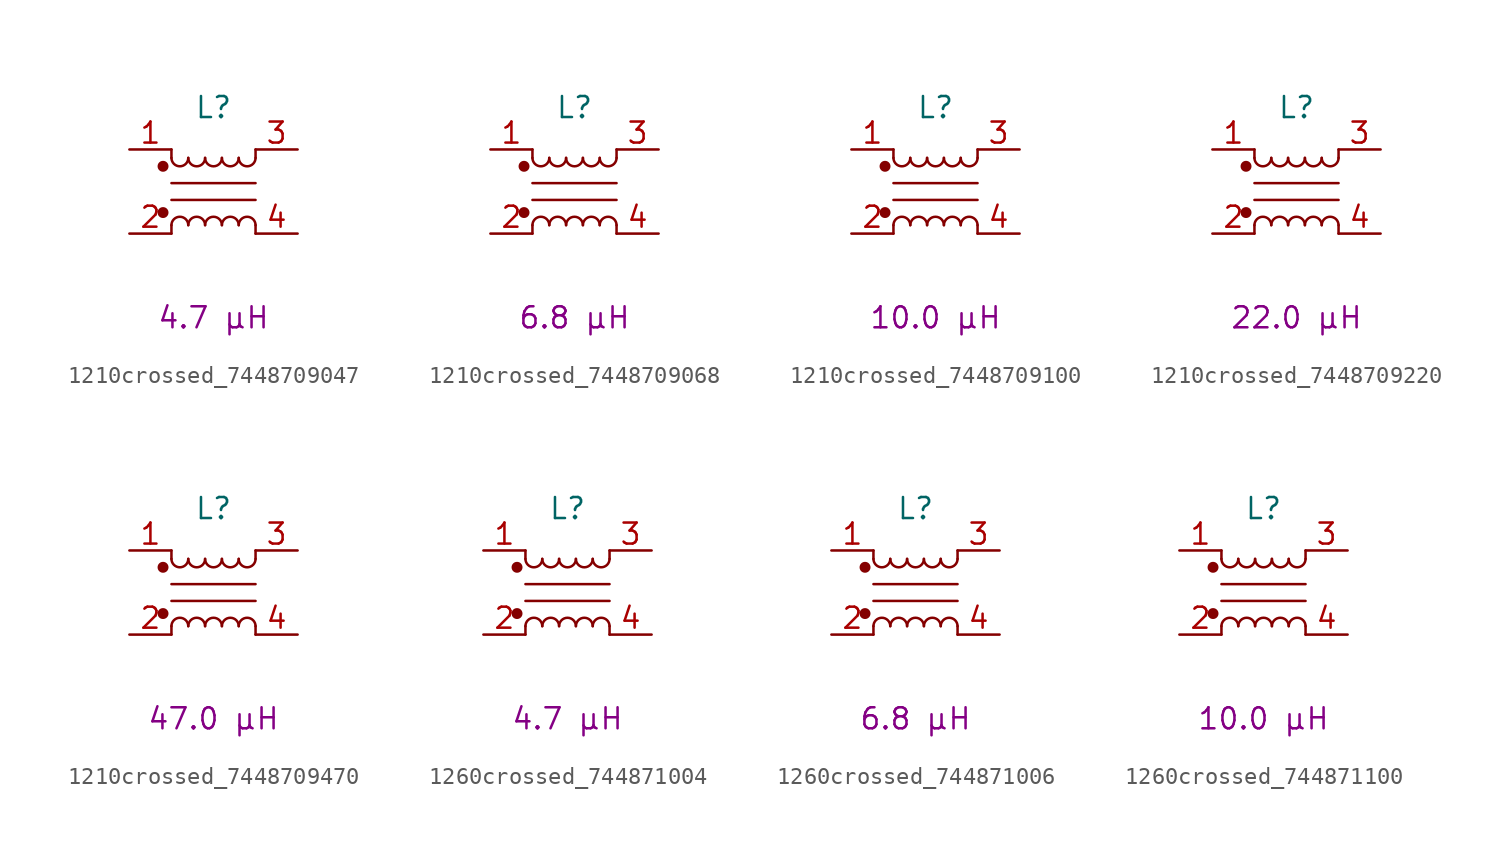
<source format=kicad_sym>
(kicad_symbol_lib
  (version 20241209)
  (generator "kicad_symbol_editor")
  (generator_version "9.0")
  (symbol "1210crossed_7448709047"
    (pin_names
      (hide yes))
    (property "Reference" "L"
      (at 0 5.08 0)
      (effects (font (size 1.27 1.27))))
    (property "Critical Parameter" "4.7 µH"
      (at 0 -7.62 0)
      (effects (font (size 1.27 1.27))))
    (symbol "1210crossed_7448709047_0_1"
      (circle (center -3.048 1.524) (radius 0.254) (stroke (width 0) (type default)) (fill (type outline)))
      (circle (center -3.048 -1.27) (radius 0.254) (stroke (width 0) (type default)) (fill (type outline)))
      (polyline (pts (xy -2.54 2.032) (xy -2.54 2.54)) (stroke (width 0) (type default)) (fill (type none)))
      (polyline (pts (xy -2.54 0.508) (xy 2.54 0.508)) (stroke (width 0) (type default)) (fill (type none)))
      (polyline (pts (xy -2.54 -2.032) (xy -2.54 -2.54)) (stroke (width 0) (type default)) (fill (type none)))
      (arc (start -1.524 2.032) (mid -2.032 1.5262) (end -2.54 2.032) (stroke (width 0) (type default)) (fill (type none)))
      (arc (start -2.54 -2.032) (mid -2.032 -1.5262) (end -1.524 -2.032) (stroke (width 0) (type default)) (fill (type none)))
      (arc (start -0.508 2.032) (mid -1.016 1.5262) (end -1.524 2.032) (stroke (width 0) (type default)) (fill (type none)))
      (arc (start -1.524 -2.032) (mid -1.016 -1.5262) (end -0.508 -2.032) (stroke (width 0) (type default)) (fill (type none)))
      (arc (start 0.508 2.032) (mid 0 1.5262) (end -0.508 2.032) (stroke (width 0) (type default)) (fill (type none)))
      (arc (start -0.508 -2.032) (mid 0 -1.5262) (end 0.508 -2.032) (stroke (width 0) (type default)) (fill (type none)))
      (arc (start 1.524 2.032) (mid 1.016 1.5262) (end 0.508 2.032) (stroke (width 0) (type default)) (fill (type none)))
      (arc (start 0.508 -2.032) (mid 1.016 -1.5262) (end 1.524 -2.032) (stroke (width 0) (type default)) (fill (type none)))
      (arc (start 2.54 2.032) (mid 2.032 1.5262) (end 1.524 2.032) (stroke (width 0) (type default)) (fill (type none)))
      (arc (start 1.524 -2.032) (mid 2.032 -1.5262) (end 2.54 -2.032) (stroke (width 0) (type default)) (fill (type none)))
      (polyline (pts (xy 2.54 2.54) (xy 2.54 2.032)) (stroke (width 0) (type default)) (fill (type none)))
      (polyline (pts (xy 2.54 -0.508) (xy -2.54 -0.508)) (stroke (width 0) (type default)) (fill (type none)))
      (polyline (pts (xy 2.54 -2.032) (xy 2.54 -2.54)) (stroke (width 0) (type default)) (fill (type none))))
    (symbol "1210crossed_7448709047_1_1"
      (pin passive line (at -5.08 2.54 0) (length 2.54) (name "1" (effects (font (size 1.27 1.27)))) (number "1" (effects (font (size 1.27 1.27)))))
      (pin passive line (at -5.08 -2.54 0) (length 2.54) (name "2" (effects (font (size 1.27 1.27)))) (number "2" (effects (font (size 1.27 1.27)))))
      (pin passive line (at 5.08 2.54 180) (length 2.54) (name "3" (effects (font (size 1.27 1.27)))) (number "3" (effects (font (size 1.27 1.27)))))
      (pin passive line (at 5.08 -2.54 180) (length 2.54) (name "4" (effects (font (size 1.27 1.27)))) (number "4" (effects (font (size 1.27 1.27)))))))
  (symbol "1210crossed_7448709068"
    (pin_names
      (hide yes))
    (property "Reference" "L"
      (at 0 5.08 0)
      (effects (font (size 1.27 1.27))))
    (property "Critical Parameter" "6.8 µH"
      (at 0 -7.62 0)
      (effects (font (size 1.27 1.27))))
    (symbol "1210crossed_7448709068_0_1"
      (circle (center -3.048 1.524) (radius 0.254) (stroke (width 0) (type default)) (fill (type outline)))
      (circle (center -3.048 -1.27) (radius 0.254) (stroke (width 0) (type default)) (fill (type outline)))
      (polyline (pts (xy -2.54 2.032) (xy -2.54 2.54)) (stroke (width 0) (type default)) (fill (type none)))
      (polyline (pts (xy -2.54 0.508) (xy 2.54 0.508)) (stroke (width 0) (type default)) (fill (type none)))
      (polyline (pts (xy -2.54 -2.032) (xy -2.54 -2.54)) (stroke (width 0) (type default)) (fill (type none)))
      (arc (start -1.524 2.032) (mid -2.032 1.5262) (end -2.54 2.032) (stroke (width 0) (type default)) (fill (type none)))
      (arc (start -2.54 -2.032) (mid -2.032 -1.5262) (end -1.524 -2.032) (stroke (width 0) (type default)) (fill (type none)))
      (arc (start -0.508 2.032) (mid -1.016 1.5262) (end -1.524 2.032) (stroke (width 0) (type default)) (fill (type none)))
      (arc (start -1.524 -2.032) (mid -1.016 -1.5262) (end -0.508 -2.032) (stroke (width 0) (type default)) (fill (type none)))
      (arc (start 0.508 2.032) (mid 0 1.5262) (end -0.508 2.032) (stroke (width 0) (type default)) (fill (type none)))
      (arc (start -0.508 -2.032) (mid 0 -1.5262) (end 0.508 -2.032) (stroke (width 0) (type default)) (fill (type none)))
      (arc (start 1.524 2.032) (mid 1.016 1.5262) (end 0.508 2.032) (stroke (width 0) (type default)) (fill (type none)))
      (arc (start 0.508 -2.032) (mid 1.016 -1.5262) (end 1.524 -2.032) (stroke (width 0) (type default)) (fill (type none)))
      (arc (start 2.54 2.032) (mid 2.032 1.5262) (end 1.524 2.032) (stroke (width 0) (type default)) (fill (type none)))
      (arc (start 1.524 -2.032) (mid 2.032 -1.5262) (end 2.54 -2.032) (stroke (width 0) (type default)) (fill (type none)))
      (polyline (pts (xy 2.54 2.54) (xy 2.54 2.032)) (stroke (width 0) (type default)) (fill (type none)))
      (polyline (pts (xy 2.54 -0.508) (xy -2.54 -0.508)) (stroke (width 0) (type default)) (fill (type none)))
      (polyline (pts (xy 2.54 -2.032) (xy 2.54 -2.54)) (stroke (width 0) (type default)) (fill (type none))))
    (symbol "1210crossed_7448709068_1_1"
      (pin passive line (at -5.08 2.54 0) (length 2.54) (name "1" (effects (font (size 1.27 1.27)))) (number "1" (effects (font (size 1.27 1.27)))))
      (pin passive line (at -5.08 -2.54 0) (length 2.54) (name "2" (effects (font (size 1.27 1.27)))) (number "2" (effects (font (size 1.27 1.27)))))
      (pin passive line (at 5.08 2.54 180) (length 2.54) (name "3" (effects (font (size 1.27 1.27)))) (number "3" (effects (font (size 1.27 1.27)))))
      (pin passive line (at 5.08 -2.54 180) (length 2.54) (name "4" (effects (font (size 1.27 1.27)))) (number "4" (effects (font (size 1.27 1.27)))))))
  (symbol "1210crossed_7448709100"
    (pin_names
      (hide yes))
    (property "Reference" "L"
      (at 0 5.08 0)
      (effects (font (size 1.27 1.27))))
    (property "Critical Parameter" "10.0 µH"
      (at 0 -7.62 0)
      (effects (font (size 1.27 1.27))))
    (symbol "1210crossed_7448709100_0_1"
      (circle (center -3.048 1.524) (radius 0.254) (stroke (width 0) (type default)) (fill (type outline)))
      (circle (center -3.048 -1.27) (radius 0.254) (stroke (width 0) (type default)) (fill (type outline)))
      (polyline (pts (xy -2.54 2.032) (xy -2.54 2.54)) (stroke (width 0) (type default)) (fill (type none)))
      (polyline (pts (xy -2.54 0.508) (xy 2.54 0.508)) (stroke (width 0) (type default)) (fill (type none)))
      (polyline (pts (xy -2.54 -2.032) (xy -2.54 -2.54)) (stroke (width 0) (type default)) (fill (type none)))
      (arc (start -1.524 2.032) (mid -2.032 1.5262) (end -2.54 2.032) (stroke (width 0) (type default)) (fill (type none)))
      (arc (start -2.54 -2.032) (mid -2.032 -1.5262) (end -1.524 -2.032) (stroke (width 0) (type default)) (fill (type none)))
      (arc (start -0.508 2.032) (mid -1.016 1.5262) (end -1.524 2.032) (stroke (width 0) (type default)) (fill (type none)))
      (arc (start -1.524 -2.032) (mid -1.016 -1.5262) (end -0.508 -2.032) (stroke (width 0) (type default)) (fill (type none)))
      (arc (start 0.508 2.032) (mid 0 1.5262) (end -0.508 2.032) (stroke (width 0) (type default)) (fill (type none)))
      (arc (start -0.508 -2.032) (mid 0 -1.5262) (end 0.508 -2.032) (stroke (width 0) (type default)) (fill (type none)))
      (arc (start 1.524 2.032) (mid 1.016 1.5262) (end 0.508 2.032) (stroke (width 0) (type default)) (fill (type none)))
      (arc (start 0.508 -2.032) (mid 1.016 -1.5262) (end 1.524 -2.032) (stroke (width 0) (type default)) (fill (type none)))
      (arc (start 2.54 2.032) (mid 2.032 1.5262) (end 1.524 2.032) (stroke (width 0) (type default)) (fill (type none)))
      (arc (start 1.524 -2.032) (mid 2.032 -1.5262) (end 2.54 -2.032) (stroke (width 0) (type default)) (fill (type none)))
      (polyline (pts (xy 2.54 2.54) (xy 2.54 2.032)) (stroke (width 0) (type default)) (fill (type none)))
      (polyline (pts (xy 2.54 -0.508) (xy -2.54 -0.508)) (stroke (width 0) (type default)) (fill (type none)))
      (polyline (pts (xy 2.54 -2.032) (xy 2.54 -2.54)) (stroke (width 0) (type default)) (fill (type none))))
    (symbol "1210crossed_7448709100_1_1"
      (pin passive line (at -5.08 2.54 0) (length 2.54) (name "1" (effects (font (size 1.27 1.27)))) (number "1" (effects (font (size 1.27 1.27)))))
      (pin passive line (at -5.08 -2.54 0) (length 2.54) (name "2" (effects (font (size 1.27 1.27)))) (number "2" (effects (font (size 1.27 1.27)))))
      (pin passive line (at 5.08 2.54 180) (length 2.54) (name "3" (effects (font (size 1.27 1.27)))) (number "3" (effects (font (size 1.27 1.27)))))
      (pin passive line (at 5.08 -2.54 180) (length 2.54) (name "4" (effects (font (size 1.27 1.27)))) (number "4" (effects (font (size 1.27 1.27)))))))
  (symbol "1210crossed_7448709220"
    (pin_names
      (hide yes))
    (property "Reference" "L"
      (at 0 5.08 0)
      (effects (font (size 1.27 1.27))))
    (property "Critical Parameter" "22.0 µH"
      (at 0 -7.62 0)
      (effects (font (size 1.27 1.27))))
    (symbol "1210crossed_7448709220_0_1"
      (circle (center -3.048 1.524) (radius 0.254) (stroke (width 0) (type default)) (fill (type outline)))
      (circle (center -3.048 -1.27) (radius 0.254) (stroke (width 0) (type default)) (fill (type outline)))
      (polyline (pts (xy -2.54 2.032) (xy -2.54 2.54)) (stroke (width 0) (type default)) (fill (type none)))
      (polyline (pts (xy -2.54 0.508) (xy 2.54 0.508)) (stroke (width 0) (type default)) (fill (type none)))
      (polyline (pts (xy -2.54 -2.032) (xy -2.54 -2.54)) (stroke (width 0) (type default)) (fill (type none)))
      (arc (start -1.524 2.032) (mid -2.032 1.5262) (end -2.54 2.032) (stroke (width 0) (type default)) (fill (type none)))
      (arc (start -2.54 -2.032) (mid -2.032 -1.5262) (end -1.524 -2.032) (stroke (width 0) (type default)) (fill (type none)))
      (arc (start -0.508 2.032) (mid -1.016 1.5262) (end -1.524 2.032) (stroke (width 0) (type default)) (fill (type none)))
      (arc (start -1.524 -2.032) (mid -1.016 -1.5262) (end -0.508 -2.032) (stroke (width 0) (type default)) (fill (type none)))
      (arc (start 0.508 2.032) (mid 0 1.5262) (end -0.508 2.032) (stroke (width 0) (type default)) (fill (type none)))
      (arc (start -0.508 -2.032) (mid 0 -1.5262) (end 0.508 -2.032) (stroke (width 0) (type default)) (fill (type none)))
      (arc (start 1.524 2.032) (mid 1.016 1.5262) (end 0.508 2.032) (stroke (width 0) (type default)) (fill (type none)))
      (arc (start 0.508 -2.032) (mid 1.016 -1.5262) (end 1.524 -2.032) (stroke (width 0) (type default)) (fill (type none)))
      (arc (start 2.54 2.032) (mid 2.032 1.5262) (end 1.524 2.032) (stroke (width 0) (type default)) (fill (type none)))
      (arc (start 1.524 -2.032) (mid 2.032 -1.5262) (end 2.54 -2.032) (stroke (width 0) (type default)) (fill (type none)))
      (polyline (pts (xy 2.54 2.54) (xy 2.54 2.032)) (stroke (width 0) (type default)) (fill (type none)))
      (polyline (pts (xy 2.54 -0.508) (xy -2.54 -0.508)) (stroke (width 0) (type default)) (fill (type none)))
      (polyline (pts (xy 2.54 -2.032) (xy 2.54 -2.54)) (stroke (width 0) (type default)) (fill (type none))))
    (symbol "1210crossed_7448709220_1_1"
      (pin passive line (at -5.08 2.54 0) (length 2.54) (name "1" (effects (font (size 1.27 1.27)))) (number "1" (effects (font (size 1.27 1.27)))))
      (pin passive line (at -5.08 -2.54 0) (length 2.54) (name "2" (effects (font (size 1.27 1.27)))) (number "2" (effects (font (size 1.27 1.27)))))
      (pin passive line (at 5.08 2.54 180) (length 2.54) (name "3" (effects (font (size 1.27 1.27)))) (number "3" (effects (font (size 1.27 1.27)))))
      (pin passive line (at 5.08 -2.54 180) (length 2.54) (name "4" (effects (font (size 1.27 1.27)))) (number "4" (effects (font (size 1.27 1.27)))))))
  (symbol "1210crossed_7448709470"
    (pin_names
      (hide yes))
    (property "Reference" "L"
      (at 0 5.08 0)
      (effects (font (size 1.27 1.27))))
    (property "Critical Parameter" "47.0 µH"
      (at 0 -7.62 0)
      (effects (font (size 1.27 1.27))))
    (symbol "1210crossed_7448709470_0_1"
      (circle (center -3.048 1.524) (radius 0.254) (stroke (width 0) (type default)) (fill (type outline)))
      (circle (center -3.048 -1.27) (radius 0.254) (stroke (width 0) (type default)) (fill (type outline)))
      (polyline (pts (xy -2.54 2.032) (xy -2.54 2.54)) (stroke (width 0) (type default)) (fill (type none)))
      (polyline (pts (xy -2.54 0.508) (xy 2.54 0.508)) (stroke (width 0) (type default)) (fill (type none)))
      (polyline (pts (xy -2.54 -2.032) (xy -2.54 -2.54)) (stroke (width 0) (type default)) (fill (type none)))
      (arc (start -1.524 2.032) (mid -2.032 1.5262) (end -2.54 2.032) (stroke (width 0) (type default)) (fill (type none)))
      (arc (start -2.54 -2.032) (mid -2.032 -1.5262) (end -1.524 -2.032) (stroke (width 0) (type default)) (fill (type none)))
      (arc (start -0.508 2.032) (mid -1.016 1.5262) (end -1.524 2.032) (stroke (width 0) (type default)) (fill (type none)))
      (arc (start -1.524 -2.032) (mid -1.016 -1.5262) (end -0.508 -2.032) (stroke (width 0) (type default)) (fill (type none)))
      (arc (start 0.508 2.032) (mid 0 1.5262) (end -0.508 2.032) (stroke (width 0) (type default)) (fill (type none)))
      (arc (start -0.508 -2.032) (mid 0 -1.5262) (end 0.508 -2.032) (stroke (width 0) (type default)) (fill (type none)))
      (arc (start 1.524 2.032) (mid 1.016 1.5262) (end 0.508 2.032) (stroke (width 0) (type default)) (fill (type none)))
      (arc (start 0.508 -2.032) (mid 1.016 -1.5262) (end 1.524 -2.032) (stroke (width 0) (type default)) (fill (type none)))
      (arc (start 2.54 2.032) (mid 2.032 1.5262) (end 1.524 2.032) (stroke (width 0) (type default)) (fill (type none)))
      (arc (start 1.524 -2.032) (mid 2.032 -1.5262) (end 2.54 -2.032) (stroke (width 0) (type default)) (fill (type none)))
      (polyline (pts (xy 2.54 2.54) (xy 2.54 2.032)) (stroke (width 0) (type default)) (fill (type none)))
      (polyline (pts (xy 2.54 -0.508) (xy -2.54 -0.508)) (stroke (width 0) (type default)) (fill (type none)))
      (polyline (pts (xy 2.54 -2.032) (xy 2.54 -2.54)) (stroke (width 0) (type default)) (fill (type none))))
    (symbol "1210crossed_7448709470_1_1"
      (pin passive line (at -5.08 2.54 0) (length 2.54) (name "1" (effects (font (size 1.27 1.27)))) (number "1" (effects (font (size 1.27 1.27)))))
      (pin passive line (at -5.08 -2.54 0) (length 2.54) (name "2" (effects (font (size 1.27 1.27)))) (number "2" (effects (font (size 1.27 1.27)))))
      (pin passive line (at 5.08 2.54 180) (length 2.54) (name "3" (effects (font (size 1.27 1.27)))) (number "3" (effects (font (size 1.27 1.27)))))
      (pin passive line (at 5.08 -2.54 180) (length 2.54) (name "4" (effects (font (size 1.27 1.27)))) (number "4" (effects (font (size 1.27 1.27)))))))
  (symbol "1260crossed_744871004"
    (pin_names
      (hide yes))
    (property "Reference" "L"
      (at 0 5.08 0)
      (effects (font (size 1.27 1.27))))
    (property "Critical Parameter" "4.7 µH"
      (at 0 -7.62 0)
      (effects (font (size 1.27 1.27))))
    (symbol "1260crossed_744871004_0_1"
      (circle (center -3.048 1.524) (radius 0.254) (stroke (width 0) (type default)) (fill (type outline)))
      (circle (center -3.048 -1.27) (radius 0.254) (stroke (width 0) (type default)) (fill (type outline)))
      (polyline (pts (xy -2.54 2.032) (xy -2.54 2.54)) (stroke (width 0) (type default)) (fill (type none)))
      (polyline (pts (xy -2.54 0.508) (xy 2.54 0.508)) (stroke (width 0) (type default)) (fill (type none)))
      (polyline (pts (xy -2.54 -2.032) (xy -2.54 -2.54)) (stroke (width 0) (type default)) (fill (type none)))
      (arc (start -1.524 2.032) (mid -2.032 1.5262) (end -2.54 2.032) (stroke (width 0) (type default)) (fill (type none)))
      (arc (start -2.54 -2.032) (mid -2.032 -1.5262) (end -1.524 -2.032) (stroke (width 0) (type default)) (fill (type none)))
      (arc (start -0.508 2.032) (mid -1.016 1.5262) (end -1.524 2.032) (stroke (width 0) (type default)) (fill (type none)))
      (arc (start -1.524 -2.032) (mid -1.016 -1.5262) (end -0.508 -2.032) (stroke (width 0) (type default)) (fill (type none)))
      (arc (start 0.508 2.032) (mid 0 1.5262) (end -0.508 2.032) (stroke (width 0) (type default)) (fill (type none)))
      (arc (start -0.508 -2.032) (mid 0 -1.5262) (end 0.508 -2.032) (stroke (width 0) (type default)) (fill (type none)))
      (arc (start 1.524 2.032) (mid 1.016 1.5262) (end 0.508 2.032) (stroke (width 0) (type default)) (fill (type none)))
      (arc (start 0.508 -2.032) (mid 1.016 -1.5262) (end 1.524 -2.032) (stroke (width 0) (type default)) (fill (type none)))
      (arc (start 2.54 2.032) (mid 2.032 1.5262) (end 1.524 2.032) (stroke (width 0) (type default)) (fill (type none)))
      (arc (start 1.524 -2.032) (mid 2.032 -1.5262) (end 2.54 -2.032) (stroke (width 0) (type default)) (fill (type none)))
      (polyline (pts (xy 2.54 2.54) (xy 2.54 2.032)) (stroke (width 0) (type default)) (fill (type none)))
      (polyline (pts (xy 2.54 -0.508) (xy -2.54 -0.508)) (stroke (width 0) (type default)) (fill (type none)))
      (polyline (pts (xy 2.54 -2.032) (xy 2.54 -2.54)) (stroke (width 0) (type default)) (fill (type none))))
    (symbol "1260crossed_744871004_1_1"
      (pin passive line (at -5.08 2.54 0) (length 2.54) (name "1" (effects (font (size 1.27 1.27)))) (number "1" (effects (font (size 1.27 1.27)))))
      (pin passive line (at -5.08 -2.54 0) (length 2.54) (name "2" (effects (font (size 1.27 1.27)))) (number "2" (effects (font (size 1.27 1.27)))))
      (pin passive line (at 5.08 2.54 180) (length 2.54) (name "3" (effects (font (size 1.27 1.27)))) (number "3" (effects (font (size 1.27 1.27)))))
      (pin passive line (at 5.08 -2.54 180) (length 2.54) (name "4" (effects (font (size 1.27 1.27)))) (number "4" (effects (font (size 1.27 1.27)))))))
  (symbol "1260crossed_744871006"
    (pin_names
      (hide yes))
    (property "Reference" "L"
      (at 0 5.08 0)
      (effects (font (size 1.27 1.27))))
    (property "Critical Parameter" "6.8 µH"
      (at 0 -7.62 0)
      (effects (font (size 1.27 1.27))))
    (symbol "1260crossed_744871006_0_1"
      (circle (center -3.048 1.524) (radius 0.254) (stroke (width 0) (type default)) (fill (type outline)))
      (circle (center -3.048 -1.27) (radius 0.254) (stroke (width 0) (type default)) (fill (type outline)))
      (polyline (pts (xy -2.54 2.032) (xy -2.54 2.54)) (stroke (width 0) (type default)) (fill (type none)))
      (polyline (pts (xy -2.54 0.508) (xy 2.54 0.508)) (stroke (width 0) (type default)) (fill (type none)))
      (polyline (pts (xy -2.54 -2.032) (xy -2.54 -2.54)) (stroke (width 0) (type default)) (fill (type none)))
      (arc (start -1.524 2.032) (mid -2.032 1.5262) (end -2.54 2.032) (stroke (width 0) (type default)) (fill (type none)))
      (arc (start -2.54 -2.032) (mid -2.032 -1.5262) (end -1.524 -2.032) (stroke (width 0) (type default)) (fill (type none)))
      (arc (start -0.508 2.032) (mid -1.016 1.5262) (end -1.524 2.032) (stroke (width 0) (type default)) (fill (type none)))
      (arc (start -1.524 -2.032) (mid -1.016 -1.5262) (end -0.508 -2.032) (stroke (width 0) (type default)) (fill (type none)))
      (arc (start 0.508 2.032) (mid 0 1.5262) (end -0.508 2.032) (stroke (width 0) (type default)) (fill (type none)))
      (arc (start -0.508 -2.032) (mid 0 -1.5262) (end 0.508 -2.032) (stroke (width 0) (type default)) (fill (type none)))
      (arc (start 1.524 2.032) (mid 1.016 1.5262) (end 0.508 2.032) (stroke (width 0) (type default)) (fill (type none)))
      (arc (start 0.508 -2.032) (mid 1.016 -1.5262) (end 1.524 -2.032) (stroke (width 0) (type default)) (fill (type none)))
      (arc (start 2.54 2.032) (mid 2.032 1.5262) (end 1.524 2.032) (stroke (width 0) (type default)) (fill (type none)))
      (arc (start 1.524 -2.032) (mid 2.032 -1.5262) (end 2.54 -2.032) (stroke (width 0) (type default)) (fill (type none)))
      (polyline (pts (xy 2.54 2.54) (xy 2.54 2.032)) (stroke (width 0) (type default)) (fill (type none)))
      (polyline (pts (xy 2.54 -0.508) (xy -2.54 -0.508)) (stroke (width 0) (type default)) (fill (type none)))
      (polyline (pts (xy 2.54 -2.032) (xy 2.54 -2.54)) (stroke (width 0) (type default)) (fill (type none))))
    (symbol "1260crossed_744871006_1_1"
      (pin passive line (at -5.08 2.54 0) (length 2.54) (name "1" (effects (font (size 1.27 1.27)))) (number "1" (effects (font (size 1.27 1.27)))))
      (pin passive line (at -5.08 -2.54 0) (length 2.54) (name "2" (effects (font (size 1.27 1.27)))) (number "2" (effects (font (size 1.27 1.27)))))
      (pin passive line (at 5.08 2.54 180) (length 2.54) (name "3" (effects (font (size 1.27 1.27)))) (number "3" (effects (font (size 1.27 1.27)))))
      (pin passive line (at 5.08 -2.54 180) (length 2.54) (name "4" (effects (font (size 1.27 1.27)))) (number "4" (effects (font (size 1.27 1.27)))))))
  (symbol "1260crossed_744871100"
    (pin_names
      (hide yes))
    (property "Reference" "L"
      (at 0 5.08 0)
      (effects (font (size 1.27 1.27))))
    (property "Critical Parameter" "10.0 µH"
      (at 0 -7.62 0)
      (effects (font (size 1.27 1.27))))
    (symbol "1260crossed_744871100_0_1"
      (circle (center -3.048 1.524) (radius 0.254) (stroke (width 0) (type default)) (fill (type outline)))
      (circle (center -3.048 -1.27) (radius 0.254) (stroke (width 0) (type default)) (fill (type outline)))
      (polyline (pts (xy -2.54 2.032) (xy -2.54 2.54)) (stroke (width 0) (type default)) (fill (type none)))
      (polyline (pts (xy -2.54 0.508) (xy 2.54 0.508)) (stroke (width 0) (type default)) (fill (type none)))
      (polyline (pts (xy -2.54 -2.032) (xy -2.54 -2.54)) (stroke (width 0) (type default)) (fill (type none)))
      (arc (start -1.524 2.032) (mid -2.032 1.5262) (end -2.54 2.032) (stroke (width 0) (type default)) (fill (type none)))
      (arc (start -2.54 -2.032) (mid -2.032 -1.5262) (end -1.524 -2.032) (stroke (width 0) (type default)) (fill (type none)))
      (arc (start -0.508 2.032) (mid -1.016 1.5262) (end -1.524 2.032) (stroke (width 0) (type default)) (fill (type none)))
      (arc (start -1.524 -2.032) (mid -1.016 -1.5262) (end -0.508 -2.032) (stroke (width 0) (type default)) (fill (type none)))
      (arc (start 0.508 2.032) (mid 0 1.5262) (end -0.508 2.032) (stroke (width 0) (type default)) (fill (type none)))
      (arc (start -0.508 -2.032) (mid 0 -1.5262) (end 0.508 -2.032) (stroke (width 0) (type default)) (fill (type none)))
      (arc (start 1.524 2.032) (mid 1.016 1.5262) (end 0.508 2.032) (stroke (width 0) (type default)) (fill (type none)))
      (arc (start 0.508 -2.032) (mid 1.016 -1.5262) (end 1.524 -2.032) (stroke (width 0) (type default)) (fill (type none)))
      (arc (start 2.54 2.032) (mid 2.032 1.5262) (end 1.524 2.032) (stroke (width 0) (type default)) (fill (type none)))
      (arc (start 1.524 -2.032) (mid 2.032 -1.5262) (end 2.54 -2.032) (stroke (width 0) (type default)) (fill (type none)))
      (polyline (pts (xy 2.54 2.54) (xy 2.54 2.032)) (stroke (width 0) (type default)) (fill (type none)))
      (polyline (pts (xy 2.54 -0.508) (xy -2.54 -0.508)) (stroke (width 0) (type default)) (fill (type none)))
      (polyline (pts (xy 2.54 -2.032) (xy 2.54 -2.54)) (stroke (width 0) (type default)) (fill (type none))))
    (symbol "1260crossed_744871100_1_1"
      (pin passive line (at -5.08 2.54 0) (length 2.54) (name "1" (effects (font (size 1.27 1.27)))) (number "1" (effects (font (size 1.27 1.27)))))
      (pin passive line (at -5.08 -2.54 0) (length 2.54) (name "2" (effects (font (size 1.27 1.27)))) (number "2" (effects (font (size 1.27 1.27)))))
      (pin passive line (at 5.08 2.54 180) (length 2.54) (name "3" (effects (font (size 1.27 1.27)))) (number "3" (effects (font (size 1.27 1.27)))))
      (pin passive line (at 5.08 -2.54 180) (length 2.54) (name "4" (effects (font (size 1.27 1.27)))) (number "4" (effects (font (size 1.27 1.27))))))))
</source>
